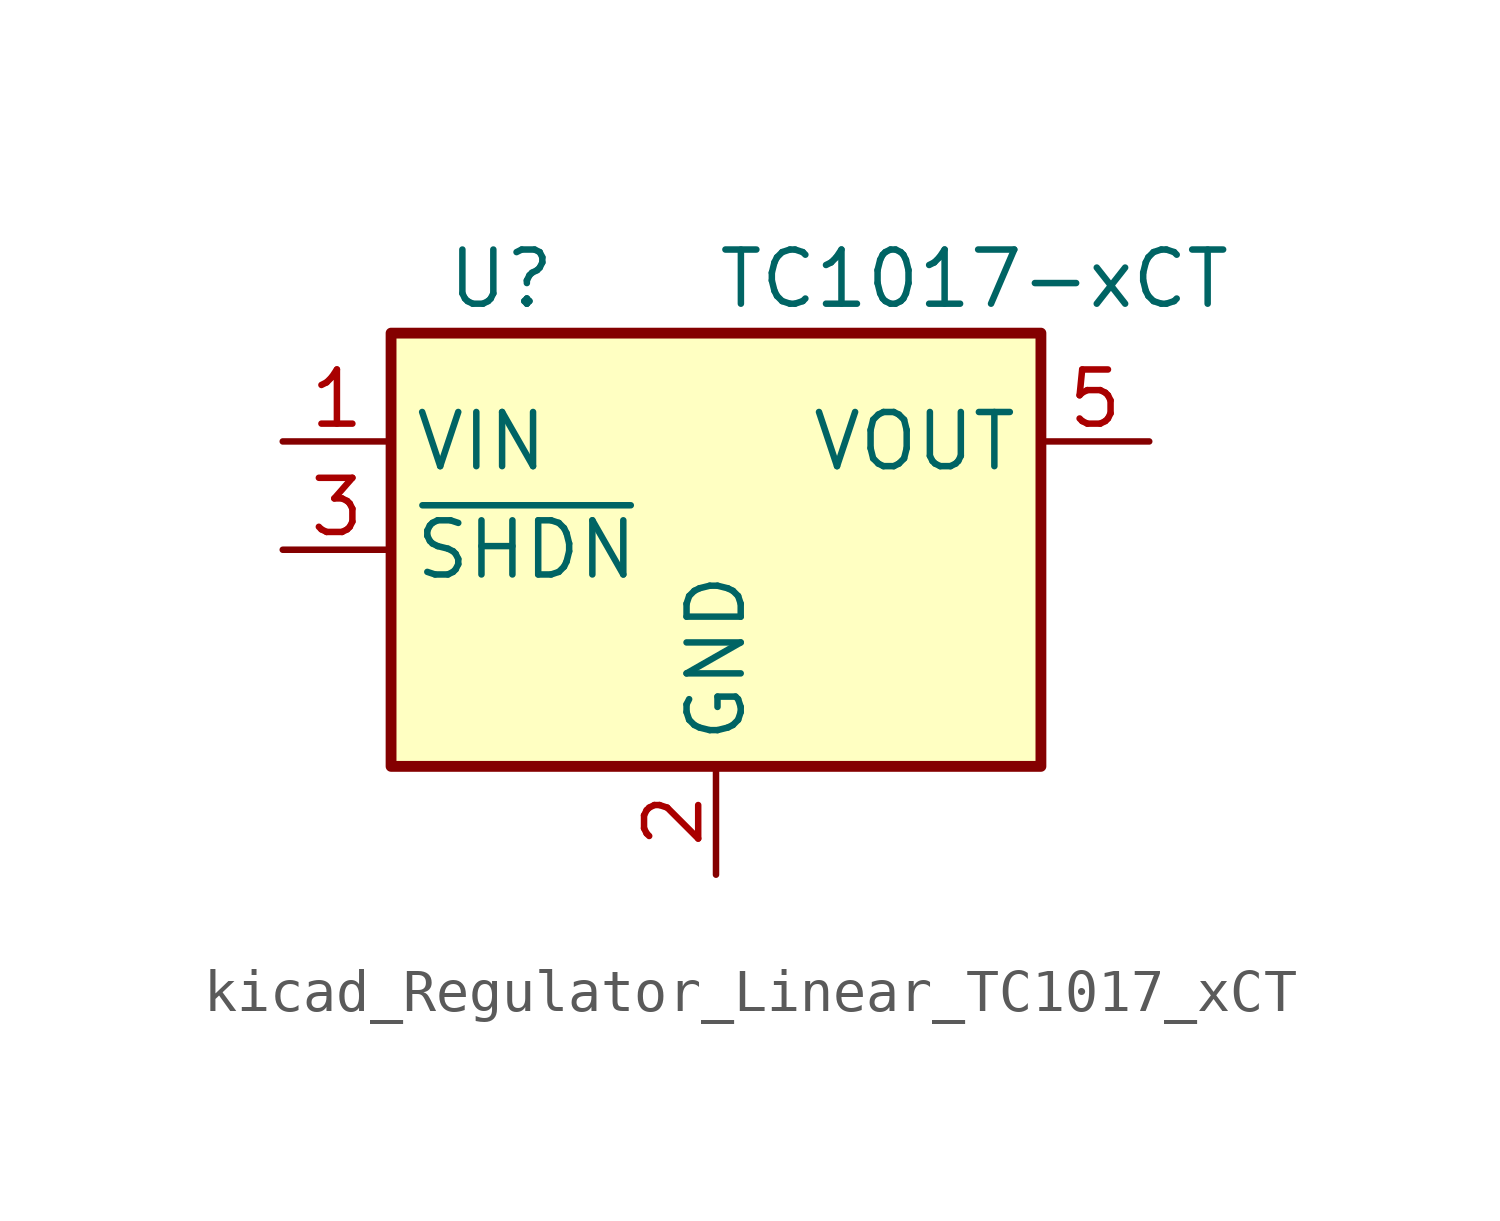
<source format=kicad_sym>
(kicad_symbol_lib
  (version 20220914)
  (generator kicad_symbol_editor)
  (symbol "kicad_Regulator_Linear_TC1017_xCT"
    (property "Reference" "U"
      (at -6.35 6.35 0)
      (effects (font (size 1.27 1.27)) (justify left)))
    (property "Value" "TC1017-xCT"
      (at 0 6.35 0)
      (effects (font (size 1.27 1.27)) (justify left)))
    (symbol "kicad_Regulator_Linear_TC1017_xCT_0_1"
      (rectangle (start -7.62 5.08) (end 7.62 -5.08) (stroke (width 0.254) (type default)) (fill (type background))))
    (symbol "kicad_Regulator_Linear_TC1017_xCT_1_1"
      (pin power_in line (at -10.16 2.54 0) (length 2.54) (name "VIN" (effects (font (size 1.27 1.27)))) (number "1" (effects (font (size 1.27 1.27)))))
      (pin power_in line (at 0 -7.62 90) (length 2.54) (name "GND" (effects (font (size 1.27 1.27)))) (number "2" (effects (font (size 1.27 1.27)))))
      (pin input line (at -10.16 0 0) (length 2.54) (name "~{SHDN}" (effects (font (size 1.27 1.27)))) (number "3" (effects (font (size 1.27 1.27)))))
      (pin no_connect line (at 7.62 0 180) (length 2.54) hide (name "NC" (effects (font (size 1.27 1.27)))) (number "4" (effects (font (size 1.27 1.27)))))
      (pin power_out line (at 10.16 2.54 180) (length 2.54) (name "VOUT" (effects (font (size 1.27 1.27)))) (number "5" (effects (font (size 1.27 1.27))))))))
</source>
